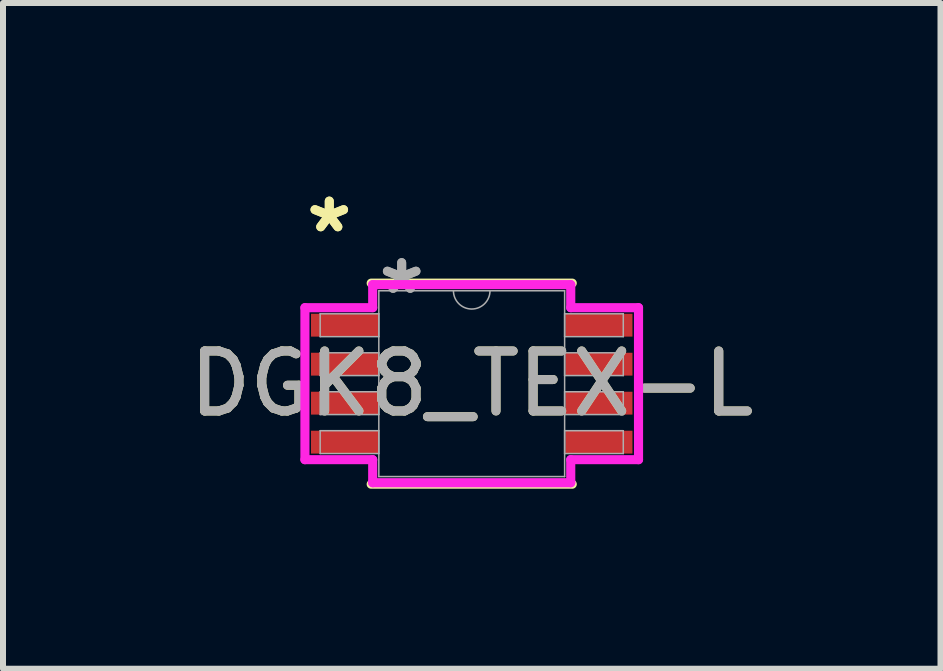
<source format=kicad_pcb>
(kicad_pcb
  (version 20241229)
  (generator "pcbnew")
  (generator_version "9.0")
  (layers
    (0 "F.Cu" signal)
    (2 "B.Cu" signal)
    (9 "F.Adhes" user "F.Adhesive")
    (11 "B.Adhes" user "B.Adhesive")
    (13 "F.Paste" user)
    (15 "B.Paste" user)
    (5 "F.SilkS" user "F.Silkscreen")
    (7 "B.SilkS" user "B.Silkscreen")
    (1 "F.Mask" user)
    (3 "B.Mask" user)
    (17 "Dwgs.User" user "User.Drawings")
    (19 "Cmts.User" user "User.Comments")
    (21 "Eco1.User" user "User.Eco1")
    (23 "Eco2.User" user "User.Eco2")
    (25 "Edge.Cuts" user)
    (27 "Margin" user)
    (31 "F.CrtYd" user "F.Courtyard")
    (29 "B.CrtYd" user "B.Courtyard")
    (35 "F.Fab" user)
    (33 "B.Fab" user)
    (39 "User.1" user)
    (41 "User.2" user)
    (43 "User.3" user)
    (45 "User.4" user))
  (footprint "DGK8_TEX-L"
    (layer "F.Cu")
    (at 4.815 3.347)
    (property "Reference" "DGK8_TEX-L" (at 0 0 0) (unlocked yes) (layer "F.SilkS") (effects (font (size 1 1) (thickness 0.15))))
    (attr smd)
    (fp_line (start -1.676 1.676) (end 1.676 1.676) (stroke (width 0.152) (type solid)) (layer "F.SilkS"))
    (fp_line (start 1.676 -1.676) (end -1.676 -1.676) (stroke (width 0.152) (type solid)) (layer "F.SilkS"))
    (fp_line (start -2.781 -1.267) (end -1.651 -1.267) (stroke (width 0.152) (type solid)) (layer "F.CrtYd"))
    (fp_line (start -2.781 1.267) (end -2.781 -1.267) (stroke (width 0.152) (type solid)) (layer "F.CrtYd"))
    (fp_line (start -2.781 1.267) (end -1.651 1.267) (stroke (width 0.152) (type solid)) (layer "F.CrtYd"))
    (fp_line (start -1.651 -1.651) (end 1.651 -1.651) (stroke (width 0.152) (type solid)) (layer "F.CrtYd"))
    (fp_line (start -1.651 -1.267) (end -1.651 -1.651) (stroke (width 0.152) (type solid)) (layer "F.CrtYd"))
    (fp_line (start -1.651 1.651) (end -1.651 1.267) (stroke (width 0.152) (type solid)) (layer "F.CrtYd"))
    (fp_line (start 1.651 -1.651) (end 1.651 -1.267) (stroke (width 0.152) (type solid)) (layer "F.CrtYd"))
    (fp_line (start 1.651 1.267) (end 1.651 1.651) (stroke (width 0.152) (type solid)) (layer "F.CrtYd"))
    (fp_line (start 1.651 1.651) (end -1.651 1.651) (stroke (width 0.152) (type solid)) (layer "F.CrtYd"))
    (fp_line (start 2.781 -1.267) (end 1.651 -1.267) (stroke (width 0.152) (type solid)) (layer "F.CrtYd"))
    (fp_line (start 2.781 -1.267) (end 2.781 1.267) (stroke (width 0.152) (type solid)) (layer "F.CrtYd"))
    (fp_line (start 2.781 1.267) (end 1.651 1.267) (stroke (width 0.152) (type solid)) (layer "F.CrtYd"))
    (fp_line (start -2.527 -1.165) (end -2.527 -0.784) (stroke (width 0.025) (type solid)) (layer "F.Fab"))
    (fp_line (start -2.527 -0.784) (end -1.549 -0.784) (stroke (width 0.025) (type solid)) (layer "F.Fab"))
    (fp_line (start -2.527 -0.515) (end -2.527 -0.135) (stroke (width 0.025) (type solid)) (layer "F.Fab"))
    (fp_line (start -2.527 -0.135) (end -1.549 -0.135) (stroke (width 0.025) (type solid)) (layer "F.Fab"))
    (fp_line (start -2.527 0.135) (end -2.527 0.515) (stroke (width 0.025) (type solid)) (layer "F.Fab"))
    (fp_line (start -2.527 0.515) (end -1.549 0.515) (stroke (width 0.025) (type solid)) (layer "F.Fab"))
    (fp_line (start -2.527 0.784) (end -2.527 1.165) (stroke (width 0.025) (type solid)) (layer "F.Fab"))
    (fp_line (start -2.527 1.165) (end -1.549 1.165) (stroke (width 0.025) (type solid)) (layer "F.Fab"))
    (fp_line (start -1.549 -1.549) (end -1.549 1.549) (stroke (width 0.025) (type solid)) (layer "F.Fab"))
    (fp_line (start -1.549 -1.165) (end -2.527 -1.165) (stroke (width 0.025) (type solid)) (layer "F.Fab"))
    (fp_line (start -1.549 -0.784) (end -1.549 -1.165) (stroke (width 0.025) (type solid)) (layer "F.Fab"))
    (fp_line (start -1.549 -0.515) (end -2.527 -0.515) (stroke (width 0.025) (type solid)) (layer "F.Fab"))
    (fp_line (start -1.549 -0.135) (end -1.549 -0.515) (stroke (width 0.025) (type solid)) (layer "F.Fab"))
    (fp_line (start -1.549 0.135) (end -2.527 0.135) (stroke (width 0.025) (type solid)) (layer "F.Fab"))
    (fp_line (start -1.549 0.515) (end -1.549 0.135) (stroke (width 0.025) (type solid)) (layer "F.Fab"))
    (fp_line (start -1.549 0.784) (end -2.527 0.784) (stroke (width 0.025) (type solid)) (layer "F.Fab"))
    (fp_line (start -1.549 1.165) (end -1.549 0.784) (stroke (width 0.025) (type solid)) (layer "F.Fab"))
    (fp_line (start -1.549 1.549) (end 1.549 1.549) (stroke (width 0.025) (type solid)) (layer "F.Fab"))
    (fp_line (start 1.549 -1.549) (end -1.549 -1.549) (stroke (width 0.025) (type solid)) (layer "F.Fab"))
    (fp_line (start 1.549 -1.165) (end 1.549 -0.784) (stroke (width 0.025) (type solid)) (layer "F.Fab"))
    (fp_line (start 1.549 -0.784) (end 2.527 -0.784) (stroke (width 0.025) (type solid)) (layer "F.Fab"))
    (fp_line (start 1.549 -0.515) (end 1.549 -0.135) (stroke (width 0.025) (type solid)) (layer "F.Fab"))
    (fp_line (start 1.549 -0.135) (end 2.527 -0.135) (stroke (width 0.025) (type solid)) (layer "F.Fab"))
    (fp_line (start 1.549 0.135) (end 1.549 0.515) (stroke (width 0.025) (type solid)) (layer "F.Fab"))
    (fp_line (start 1.549 0.515) (end 2.527 0.515) (stroke (width 0.025) (type solid)) (layer "F.Fab"))
    (fp_line (start 1.549 0.784) (end 1.549 1.165) (stroke (width 0.025) (type solid)) (layer "F.Fab"))
    (fp_line (start 1.549 1.165) (end 2.527 1.165) (stroke (width 0.025) (type solid)) (layer "F.Fab"))
    (fp_line (start 1.549 1.549) (end 1.549 -1.549) (stroke (width 0.025) (type solid)) (layer "F.Fab"))
    (fp_line (start 2.527 -1.165) (end 1.549 -1.165) (stroke (width 0.025) (type solid)) (layer "F.Fab"))
    (fp_line (start 2.527 -0.784) (end 2.527 -1.165) (stroke (width 0.025) (type solid)) (layer "F.Fab"))
    (fp_line (start 2.527 -0.515) (end 1.549 -0.515) (stroke (width 0.025) (type solid)) (layer "F.Fab"))
    (fp_line (start 2.527 -0.135) (end 2.527 -0.515) (stroke (width 0.025) (type solid)) (layer "F.Fab"))
    (fp_line (start 2.527 0.135) (end 1.549 0.135) (stroke (width 0.025) (type solid)) (layer "F.Fab"))
    (fp_line (start 2.527 0.515) (end 2.527 0.135) (stroke (width 0.025) (type solid)) (layer "F.Fab"))
    (fp_line (start 2.527 0.784) (end 1.549 0.784) (stroke (width 0.025) (type solid)) (layer "F.Fab"))
    (fp_line (start 2.527 1.165) (end 2.527 0.784) (stroke (width 0.025) (type solid)) (layer "F.Fab"))
    (fp_arc (start 0.3048 -1.5494) (mid 0 -1.2446) (end -0.3048 -1.5494) (stroke (width 0.0254) (type solid)) (layer "F.Fab"))
    (fp_text user "*" (at -2.375 -2.499 0) (unlocked yes) (layer "F.SilkS") (effects (font (size 1 1) (thickness 0.15))))
    (fp_text user "*" (at -2.375 -2.499 0) (layer "F.SilkS") (effects (font (size 1 1) (thickness 0.15))))
    (fp_text user "${REFERENCE}" (at 0 0 0) (unlocked yes) (layer "F.Fab") (effects (font (size 1 1) (thickness 0.15))))
    (fp_text user "*" (at -1.168 -1.473 0) (unlocked yes) (layer "F.Fab") (effects (font (size 1 1) (thickness 0.15))))
    (fp_text user "*" (at -1.168 -1.473 0) (layer "F.Fab") (effects (font (size 1 1) (thickness 0.15))))
    (pad "1" smd rect (at -2.121 -0.975) (size 1.118 0.381) (layers "F.Cu" "F.Mask" "F.Paste"))
    (pad "2" smd rect (at -2.121 -0.325) (size 1.118 0.381) (layers "F.Cu" "F.Mask" "F.Paste"))
    (pad "3" smd rect (at -2.121 0.325) (size 1.118 0.381) (layers "F.Cu" "F.Mask" "F.Paste"))
    (pad "4" smd rect (at -2.121 0.975) (size 1.118 0.381) (layers "F.Cu" "F.Mask" "F.Paste"))
    (pad "5" smd rect (at 2.121 0.975) (size 1.118 0.381) (layers "F.Cu" "F.Mask" "F.Paste"))
    (pad "6" smd rect (at 2.121 0.325) (size 1.118 0.381) (layers "F.Cu" "F.Mask" "F.Paste"))
    (pad "7" smd rect (at 2.121 -0.325) (size 1.118 0.381) (layers "F.Cu" "F.Mask" "F.Paste"))
    (pad "8" smd rect (at 2.121 -0.975) (size 1.118 0.381) (layers "F.Cu" "F.Mask" "F.Paste")))
  (gr_rect
    (start -3 -3)
    (end 12.631 8.1)
    (stroke (width 0.1) (type default))
    (fill no)
    (layer "Edge.Cuts")))
</source>
